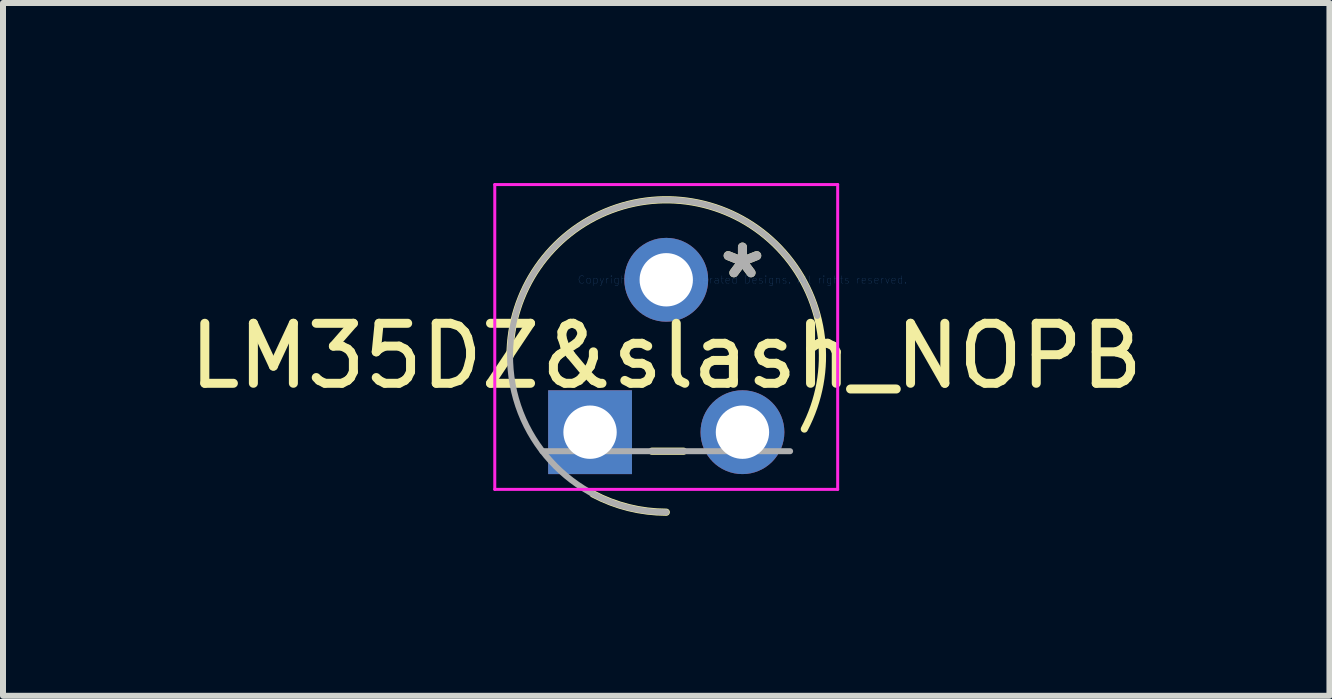
<source format=kicad_pcb>
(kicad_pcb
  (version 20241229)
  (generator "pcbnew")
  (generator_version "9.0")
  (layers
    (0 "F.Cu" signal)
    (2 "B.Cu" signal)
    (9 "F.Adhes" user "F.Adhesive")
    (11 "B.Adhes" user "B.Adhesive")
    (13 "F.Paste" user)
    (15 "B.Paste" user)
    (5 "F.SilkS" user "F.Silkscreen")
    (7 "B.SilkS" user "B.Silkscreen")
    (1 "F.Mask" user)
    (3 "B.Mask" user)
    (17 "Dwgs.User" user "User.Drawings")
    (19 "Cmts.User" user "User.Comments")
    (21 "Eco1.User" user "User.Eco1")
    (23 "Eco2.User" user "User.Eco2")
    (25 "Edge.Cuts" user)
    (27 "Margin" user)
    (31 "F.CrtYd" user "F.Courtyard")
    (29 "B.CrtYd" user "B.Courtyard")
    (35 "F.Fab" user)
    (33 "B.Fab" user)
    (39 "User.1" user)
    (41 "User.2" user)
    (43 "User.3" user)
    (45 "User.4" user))
  (footprint "LM35DZ&slash_NOPB"
    (layer "F.Cu")
    (at 9.324 1.613)
    (property "Reference" "LM35DZ&slash_NOPB" (at -1.27 1.27 0) (layer "F.SilkS") (effects (font (size 1 1) (thickness 0.15))))
    (attr through_hole)
    (fp_line (start -1.509 2.857) (end -0.981 2.857) (stroke (width 0.12) (type solid)) (layer "F.SilkS"))
    (fp_arc (start -3.8735 1.27) (mid -0.642732 -1.256806) (end 1.031241 2.48758) (stroke (width 0.12) (type solid)) (layer "F.SilkS"))
    (fp_arc (start -1.27 3.8735) (mid -1.898532 3.796492) (end -2.489881 3.570022) (stroke (width 0.12) (type solid)) (layer "F.SilkS"))
    (fp_line (start -4.128 -1.587) (end 1.587 -1.587) (stroke (width 0.05) (type solid)) (layer "F.CrtYd"))
    (fp_line (start -4.128 3.493) (end -4.128 -1.587) (stroke (width 0.05) (type solid)) (layer "F.CrtYd"))
    (fp_line (start 1.587 -1.587) (end 1.587 3.493) (stroke (width 0.05) (type solid)) (layer "F.CrtYd"))
    (fp_line (start 1.587 3.493) (end -4.128 3.493) (stroke (width 0.05) (type solid)) (layer "F.CrtYd"))
    (fp_line (start -3.334 2.857) (end 0.794 2.857) (stroke (width 0.1) (type solid)) (layer "F.Fab"))
    (fp_arc (start -1.27 3.8735) (mid -3.333506 -0.317499) (end 1.24647 0.602474) (stroke (width 0.1) (type solid)) (layer "F.Fab"))
    (fp_text user "*" (at 0 0 0) (layer "F.SilkS") (effects (font (size 1 1) (thickness 0.15))))
    (fp_text user "Copyright 2021 Accelerated Designs. All rights reserved." (at 0 0 0) (layer "Cmts.User") (effects (font (size 0.127 0.127) (thickness 0.002))))
    (fp_text user "*" (at 0 0 0) (layer "F.Fab") (effects (font (size 1 1) (thickness 0.15))))
    (pad "1" thru_hole rect (at -2.54 2.54) (size 1.397 1.397) (drill 0.889) (layers "*.Cu" "*.Mask"))
    (pad "2" thru_hole circle (at -1.27 0) (size 1.397 1.397) (drill 0.889) (layers "*.Cu" "*.Mask"))
    (pad "3" thru_hole circle (at 0 2.54) (size 1.397 1.397) (drill 0.889) (layers "*.Cu" "*.Mask")))
  (gr_rect
    (start -3 -3)
    (end 19.107 8.546)
    (stroke (width 0.1) (type default))
    (fill no)
    (layer "Edge.Cuts")))
</source>
